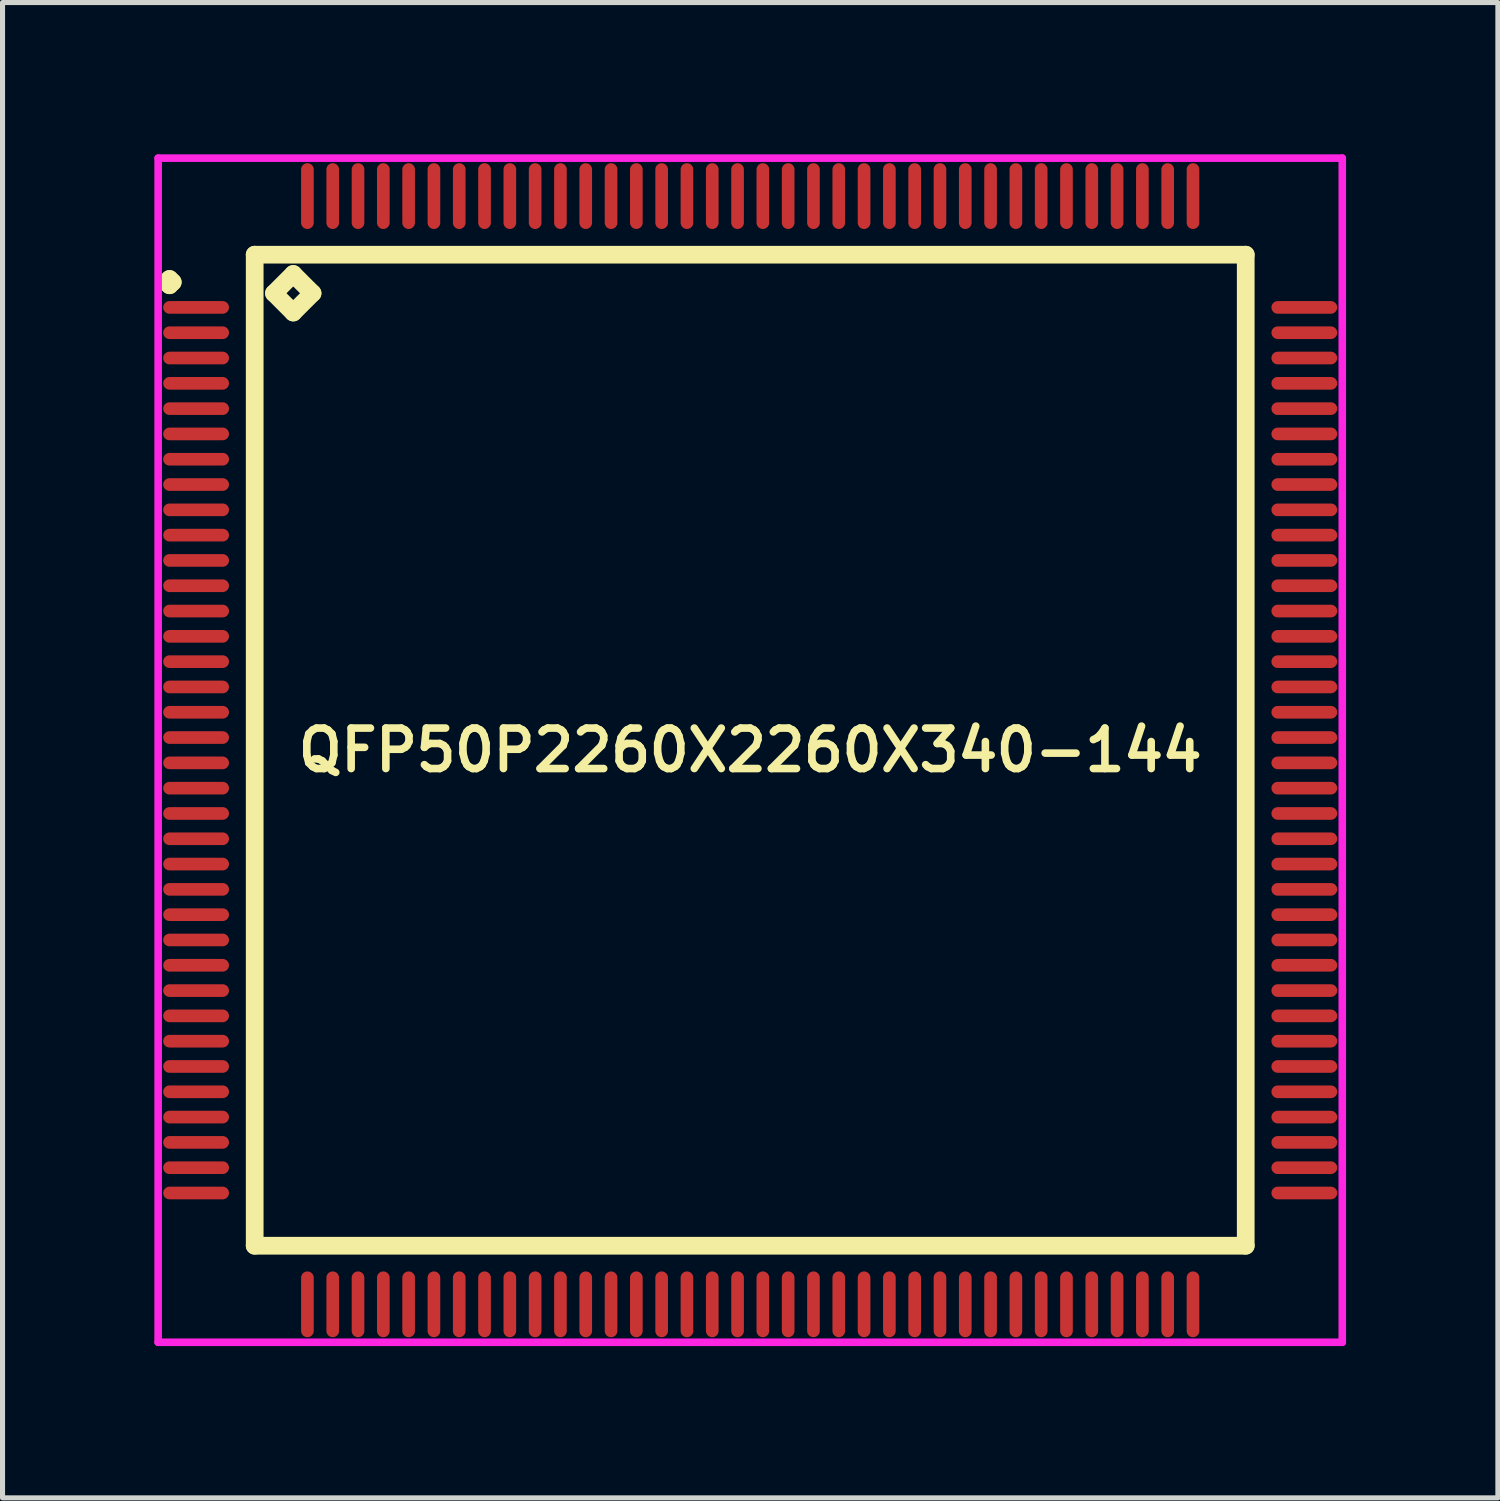
<source format=kicad_pcb>
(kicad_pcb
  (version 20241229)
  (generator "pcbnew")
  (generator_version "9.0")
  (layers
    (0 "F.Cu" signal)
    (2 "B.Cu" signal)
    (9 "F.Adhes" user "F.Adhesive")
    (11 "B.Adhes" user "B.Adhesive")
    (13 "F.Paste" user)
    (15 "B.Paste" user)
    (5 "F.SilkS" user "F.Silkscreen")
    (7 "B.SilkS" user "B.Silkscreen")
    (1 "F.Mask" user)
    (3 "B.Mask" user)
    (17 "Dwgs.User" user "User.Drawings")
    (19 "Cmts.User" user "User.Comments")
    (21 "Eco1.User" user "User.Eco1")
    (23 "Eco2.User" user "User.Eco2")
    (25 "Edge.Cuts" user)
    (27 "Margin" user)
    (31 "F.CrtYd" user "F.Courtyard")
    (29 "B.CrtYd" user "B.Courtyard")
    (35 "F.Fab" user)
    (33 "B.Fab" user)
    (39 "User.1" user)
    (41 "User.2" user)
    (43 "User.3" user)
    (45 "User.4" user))
  (footprint "QFP50P2260X2260X340-144"
    (layer "F.Cu")
    (at 11.775 11.775)
    (property "Reference" "QFP50P2260X2260X340-144" (at 0 0 0) (layer "F.SilkS") (effects (font (size 0.8 0.8) (thickness 0.15))))
    (attr smd)
    (fp_line (start -11.537 -9.25) (end -11.475 -9.312) (stroke (width 0.35) (type solid)) (layer "F.SilkS"))
    (fp_line (start -11.475 -9.312) (end -11.412 -9.25) (stroke (width 0.35) (type solid)) (layer "F.SilkS"))
    (fp_line (start -11.475 -9.188) (end -11.537 -9.25) (stroke (width 0.35) (type solid)) (layer "F.SilkS"))
    (fp_line (start -11.412 -9.25) (end -11.475 -9.188) (stroke (width 0.35) (type solid)) (layer "F.SilkS"))
    (fp_line (start -9.792 -9.792) (end -9.792 9.792) (stroke (width 0.35) (type solid)) (layer "F.SilkS"))
    (fp_line (start -9.792 9.792) (end 9.792 9.792) (stroke (width 0.35) (type solid)) (layer "F.SilkS"))
    (fp_line (start -9.411 -9.03) (end -9.03 -9.411) (stroke (width 0.35) (type solid)) (layer "F.SilkS"))
    (fp_line (start -9.03 -9.411) (end -8.649 -9.03) (stroke (width 0.35) (type solid)) (layer "F.SilkS"))
    (fp_line (start -9.03 -8.649) (end -9.411 -9.03) (stroke (width 0.35) (type solid)) (layer "F.SilkS"))
    (fp_line (start -8.649 -9.03) (end -9.03 -8.649) (stroke (width 0.35) (type solid)) (layer "F.SilkS"))
    (fp_line (start 9.792 -9.792) (end -9.792 -9.792) (stroke (width 0.35) (type solid)) (layer "F.SilkS"))
    (fp_line (start 9.792 9.792) (end 9.792 -9.792) (stroke (width 0.35) (type solid)) (layer "F.SilkS"))
    (fp_line (start -11.7 -11.7) (end 11.7 -11.7) (stroke (width 0.15) (type solid)) (layer "F.CrtYd"))
    (fp_line (start -11.7 11.7) (end -11.7 -11.7) (stroke (width 0.15) (type solid)) (layer "F.CrtYd"))
    (fp_line (start 11.7 -11.7) (end 11.7 11.7) (stroke (width 0.15) (type solid)) (layer "F.CrtYd"))
    (fp_line (start 11.7 11.7) (end -11.7 11.7) (stroke (width 0.15) (type solid)) (layer "F.CrtYd"))
    (pad "1" smd oval (at -10.95 -8.75) (size 1.3 0.25) (layers "F.Cu" "F.Mask" "F.Paste"))
    (pad "2" smd oval (at -10.95 -8.25) (size 1.3 0.25) (layers "F.Cu" "F.Mask" "F.Paste"))
    (pad "3" smd oval (at -10.95 -7.75) (size 1.3 0.25) (layers "F.Cu" "F.Mask" "F.Paste"))
    (pad "4" smd oval (at -10.95 -7.25) (size 1.3 0.25) (layers "F.Cu" "F.Mask" "F.Paste"))
    (pad "5" smd oval (at -10.95 -6.75) (size 1.3 0.25) (layers "F.Cu" "F.Mask" "F.Paste"))
    (pad "6" smd oval (at -10.95 -6.25) (size 1.3 0.25) (layers "F.Cu" "F.Mask" "F.Paste"))
    (pad "7" smd oval (at -10.95 -5.75) (size 1.3 0.25) (layers "F.Cu" "F.Mask" "F.Paste"))
    (pad "8" smd oval (at -10.95 -5.25) (size 1.3 0.25) (layers "F.Cu" "F.Mask" "F.Paste"))
    (pad "9" smd oval (at -10.95 -4.75) (size 1.3 0.25) (layers "F.Cu" "F.Mask" "F.Paste"))
    (pad "10" smd oval (at -10.95 -4.25) (size 1.3 0.25) (layers "F.Cu" "F.Mask" "F.Paste"))
    (pad "11" smd oval (at -10.95 -3.75) (size 1.3 0.25) (layers "F.Cu" "F.Mask" "F.Paste"))
    (pad "12" smd oval (at -10.95 -3.25) (size 1.3 0.25) (layers "F.Cu" "F.Mask" "F.Paste"))
    (pad "13" smd oval (at -10.95 -2.75) (size 1.3 0.25) (layers "F.Cu" "F.Mask" "F.Paste"))
    (pad "14" smd oval (at -10.95 -2.25) (size 1.3 0.25) (layers "F.Cu" "F.Mask" "F.Paste"))
    (pad "15" smd oval (at -10.95 -1.75) (size 1.3 0.25) (layers "F.Cu" "F.Mask" "F.Paste"))
    (pad "16" smd oval (at -10.95 -1.25) (size 1.3 0.25) (layers "F.Cu" "F.Mask" "F.Paste"))
    (pad "17" smd oval (at -10.95 -0.75) (size 1.3 0.25) (layers "F.Cu" "F.Mask" "F.Paste"))
    (pad "18" smd oval (at -10.95 -0.25) (size 1.3 0.25) (layers "F.Cu" "F.Mask" "F.Paste"))
    (pad "19" smd oval (at -10.95 0.25) (size 1.3 0.25) (layers "F.Cu" "F.Mask" "F.Paste"))
    (pad "20" smd oval (at -10.95 0.75) (size 1.3 0.25) (layers "F.Cu" "F.Mask" "F.Paste"))
    (pad "21" smd oval (at -10.95 1.25) (size 1.3 0.25) (layers "F.Cu" "F.Mask" "F.Paste"))
    (pad "22" smd oval (at -10.95 1.75) (size 1.3 0.25) (layers "F.Cu" "F.Mask" "F.Paste"))
    (pad "23" smd oval (at -10.95 2.25) (size 1.3 0.25) (layers "F.Cu" "F.Mask" "F.Paste"))
    (pad "24" smd oval (at -10.95 2.75) (size 1.3 0.25) (layers "F.Cu" "F.Mask" "F.Paste"))
    (pad "25" smd oval (at -10.95 3.25) (size 1.3 0.25) (layers "F.Cu" "F.Mask" "F.Paste"))
    (pad "26" smd oval (at -10.95 3.75) (size 1.3 0.25) (layers "F.Cu" "F.Mask" "F.Paste"))
    (pad "27" smd oval (at -10.95 4.25) (size 1.3 0.25) (layers "F.Cu" "F.Mask" "F.Paste"))
    (pad "28" smd oval (at -10.95 4.75) (size 1.3 0.25) (layers "F.Cu" "F.Mask" "F.Paste"))
    (pad "29" smd oval (at -10.95 5.25) (size 1.3 0.25) (layers "F.Cu" "F.Mask" "F.Paste"))
    (pad "30" smd oval (at -10.95 5.75) (size 1.3 0.25) (layers "F.Cu" "F.Mask" "F.Paste"))
    (pad "31" smd oval (at -10.95 6.25) (size 1.3 0.25) (layers "F.Cu" "F.Mask" "F.Paste"))
    (pad "32" smd oval (at -10.95 6.75) (size 1.3 0.25) (layers "F.Cu" "F.Mask" "F.Paste"))
    (pad "33" smd oval (at -10.95 7.25) (size 1.3 0.25) (layers "F.Cu" "F.Mask" "F.Paste"))
    (pad "34" smd oval (at -10.95 7.75) (size 1.3 0.25) (layers "F.Cu" "F.Mask" "F.Paste"))
    (pad "35" smd oval (at -10.95 8.25) (size 1.3 0.25) (layers "F.Cu" "F.Mask" "F.Paste"))
    (pad "36" smd oval (at -10.95 8.75) (size 1.3 0.25) (layers "F.Cu" "F.Mask" "F.Paste"))
    (pad "37" smd oval (at -8.75 10.95) (size 0.25 1.3) (layers "F.Cu" "F.Mask" "F.Paste"))
    (pad "38" smd oval (at -8.25 10.95) (size 0.25 1.3) (layers "F.Cu" "F.Mask" "F.Paste"))
    (pad "39" smd oval (at -7.75 10.95) (size 0.25 1.3) (layers "F.Cu" "F.Mask" "F.Paste"))
    (pad "40" smd oval (at -7.25 10.95) (size 0.25 1.3) (layers "F.Cu" "F.Mask" "F.Paste"))
    (pad "41" smd oval (at -6.75 10.95) (size 0.25 1.3) (layers "F.Cu" "F.Mask" "F.Paste"))
    (pad "42" smd oval (at -6.25 10.95) (size 0.25 1.3) (layers "F.Cu" "F.Mask" "F.Paste"))
    (pad "43" smd oval (at -5.75 10.95) (size 0.25 1.3) (layers "F.Cu" "F.Mask" "F.Paste"))
    (pad "44" smd oval (at -5.25 10.95) (size 0.25 1.3) (layers "F.Cu" "F.Mask" "F.Paste"))
    (pad "45" smd oval (at -4.75 10.95) (size 0.25 1.3) (layers "F.Cu" "F.Mask" "F.Paste"))
    (pad "46" smd oval (at -4.25 10.95) (size 0.25 1.3) (layers "F.Cu" "F.Mask" "F.Paste"))
    (pad "47" smd oval (at -3.75 10.95) (size 0.25 1.3) (layers "F.Cu" "F.Mask" "F.Paste"))
    (pad "48" smd oval (at -3.25 10.95) (size 0.25 1.3) (layers "F.Cu" "F.Mask" "F.Paste"))
    (pad "49" smd oval (at -2.75 10.95) (size 0.25 1.3) (layers "F.Cu" "F.Mask" "F.Paste"))
    (pad "50" smd oval (at -2.25 10.95) (size 0.25 1.3) (layers "F.Cu" "F.Mask" "F.Paste"))
    (pad "51" smd oval (at -1.75 10.95) (size 0.25 1.3) (layers "F.Cu" "F.Mask" "F.Paste"))
    (pad "52" smd oval (at -1.25 10.95) (size 0.25 1.3) (layers "F.Cu" "F.Mask" "F.Paste"))
    (pad "53" smd oval (at -0.75 10.95) (size 0.25 1.3) (layers "F.Cu" "F.Mask" "F.Paste"))
    (pad "54" smd oval (at -0.25 10.95) (size 0.25 1.3) (layers "F.Cu" "F.Mask" "F.Paste"))
    (pad "55" smd oval (at 0.25 10.95) (size 0.25 1.3) (layers "F.Cu" "F.Mask" "F.Paste"))
    (pad "56" smd oval (at 0.75 10.95) (size 0.25 1.3) (layers "F.Cu" "F.Mask" "F.Paste"))
    (pad "57" smd oval (at 1.25 10.95) (size 0.25 1.3) (layers "F.Cu" "F.Mask" "F.Paste"))
    (pad "58" smd oval (at 1.75 10.95) (size 0.25 1.3) (layers "F.Cu" "F.Mask" "F.Paste"))
    (pad "59" smd oval (at 2.25 10.95) (size 0.25 1.3) (layers "F.Cu" "F.Mask" "F.Paste"))
    (pad "60" smd oval (at 2.75 10.95) (size 0.25 1.3) (layers "F.Cu" "F.Mask" "F.Paste"))
    (pad "61" smd oval (at 3.25 10.95) (size 0.25 1.3) (layers "F.Cu" "F.Mask" "F.Paste"))
    (pad "62" smd oval (at 3.75 10.95) (size 0.25 1.3) (layers "F.Cu" "F.Mask" "F.Paste"))
    (pad "63" smd oval (at 4.25 10.95) (size 0.25 1.3) (layers "F.Cu" "F.Mask" "F.Paste"))
    (pad "64" smd oval (at 4.75 10.95) (size 0.25 1.3) (layers "F.Cu" "F.Mask" "F.Paste"))
    (pad "65" smd oval (at 5.25 10.95) (size 0.25 1.3) (layers "F.Cu" "F.Mask" "F.Paste"))
    (pad "66" smd oval (at 5.75 10.95) (size 0.25 1.3) (layers "F.Cu" "F.Mask" "F.Paste"))
    (pad "67" smd oval (at 6.25 10.95) (size 0.25 1.3) (layers "F.Cu" "F.Mask" "F.Paste"))
    (pad "68" smd oval (at 6.75 10.95) (size 0.25 1.3) (layers "F.Cu" "F.Mask" "F.Paste"))
    (pad "69" smd oval (at 7.25 10.95) (size 0.25 1.3) (layers "F.Cu" "F.Mask" "F.Paste"))
    (pad "70" smd oval (at 7.75 10.95) (size 0.25 1.3) (layers "F.Cu" "F.Mask" "F.Paste"))
    (pad "71" smd oval (at 8.25 10.95) (size 0.25 1.3) (layers "F.Cu" "F.Mask" "F.Paste"))
    (pad "72" smd oval (at 8.75 10.95) (size 0.25 1.3) (layers "F.Cu" "F.Mask" "F.Paste"))
    (pad "73" smd oval (at 10.95 8.75) (size 1.3 0.25) (layers "F.Cu" "F.Mask" "F.Paste"))
    (pad "74" smd oval (at 10.95 8.25) (size 1.3 0.25) (layers "F.Cu" "F.Mask" "F.Paste"))
    (pad "75" smd oval (at 10.95 7.75) (size 1.3 0.25) (layers "F.Cu" "F.Mask" "F.Paste"))
    (pad "76" smd oval (at 10.95 7.25) (size 1.3 0.25) (layers "F.Cu" "F.Mask" "F.Paste"))
    (pad "77" smd oval (at 10.95 6.75) (size 1.3 0.25) (layers "F.Cu" "F.Mask" "F.Paste"))
    (pad "78" smd oval (at 10.95 6.25) (size 1.3 0.25) (layers "F.Cu" "F.Mask" "F.Paste"))
    (pad "79" smd oval (at 10.95 5.75) (size 1.3 0.25) (layers "F.Cu" "F.Mask" "F.Paste"))
    (pad "80" smd oval (at 10.95 5.25) (size 1.3 0.25) (layers "F.Cu" "F.Mask" "F.Paste"))
    (pad "81" smd oval (at 10.95 4.75) (size 1.3 0.25) (layers "F.Cu" "F.Mask" "F.Paste"))
    (pad "82" smd oval (at 10.95 4.25) (size 1.3 0.25) (layers "F.Cu" "F.Mask" "F.Paste"))
    (pad "83" smd oval (at 10.95 3.75) (size 1.3 0.25) (layers "F.Cu" "F.Mask" "F.Paste"))
    (pad "84" smd oval (at 10.95 3.25) (size 1.3 0.25) (layers "F.Cu" "F.Mask" "F.Paste"))
    (pad "85" smd oval (at 10.95 2.75) (size 1.3 0.25) (layers "F.Cu" "F.Mask" "F.Paste"))
    (pad "86" smd oval (at 10.95 2.25) (size 1.3 0.25) (layers "F.Cu" "F.Mask" "F.Paste"))
    (pad "87" smd oval (at 10.95 1.75) (size 1.3 0.25) (layers "F.Cu" "F.Mask" "F.Paste"))
    (pad "88" smd oval (at 10.95 1.25) (size 1.3 0.25) (layers "F.Cu" "F.Mask" "F.Paste"))
    (pad "89" smd oval (at 10.95 0.75) (size 1.3 0.25) (layers "F.Cu" "F.Mask" "F.Paste"))
    (pad "90" smd oval (at 10.95 0.25) (size 1.3 0.25) (layers "F.Cu" "F.Mask" "F.Paste"))
    (pad "91" smd oval (at 10.95 -0.25) (size 1.3 0.25) (layers "F.Cu" "F.Mask" "F.Paste"))
    (pad "92" smd oval (at 10.95 -0.75) (size 1.3 0.25) (layers "F.Cu" "F.Mask" "F.Paste"))
    (pad "93" smd oval (at 10.95 -1.25) (size 1.3 0.25) (layers "F.Cu" "F.Mask" "F.Paste"))
    (pad "94" smd oval (at 10.95 -1.75) (size 1.3 0.25) (layers "F.Cu" "F.Mask" "F.Paste"))
    (pad "95" smd oval (at 10.95 -2.25) (size 1.3 0.25) (layers "F.Cu" "F.Mask" "F.Paste"))
    (pad "96" smd oval (at 10.95 -2.75) (size 1.3 0.25) (layers "F.Cu" "F.Mask" "F.Paste"))
    (pad "97" smd oval (at 10.95 -3.25) (size 1.3 0.25) (layers "F.Cu" "F.Mask" "F.Paste"))
    (pad "98" smd oval (at 10.95 -3.75) (size 1.3 0.25) (layers "F.Cu" "F.Mask" "F.Paste"))
    (pad "99" smd oval (at 10.95 -4.25) (size 1.3 0.25) (layers "F.Cu" "F.Mask" "F.Paste"))
    (pad "100" smd oval (at 10.95 -4.75) (size 1.3 0.25) (layers "F.Cu" "F.Mask" "F.Paste"))
    (pad "101" smd oval (at 10.95 -5.25) (size 1.3 0.25) (layers "F.Cu" "F.Mask" "F.Paste"))
    (pad "102" smd oval (at 10.95 -5.75) (size 1.3 0.25) (layers "F.Cu" "F.Mask" "F.Paste"))
    (pad "103" smd oval (at 10.95 -6.25) (size 1.3 0.25) (layers "F.Cu" "F.Mask" "F.Paste"))
    (pad "104" smd oval (at 10.95 -6.75) (size 1.3 0.25) (layers "F.Cu" "F.Mask" "F.Paste"))
    (pad "105" smd oval (at 10.95 -7.25) (size 1.3 0.25) (layers "F.Cu" "F.Mask" "F.Paste"))
    (pad "106" smd oval (at 10.95 -7.75) (size 1.3 0.25) (layers "F.Cu" "F.Mask" "F.Paste"))
    (pad "107" smd oval (at 10.95 -8.25) (size 1.3 0.25) (layers "F.Cu" "F.Mask" "F.Paste"))
    (pad "108" smd oval (at 10.95 -8.75) (size 1.3 0.25) (layers "F.Cu" "F.Mask" "F.Paste"))
    (pad "109" smd oval (at 8.75 -10.95) (size 0.25 1.3) (layers "F.Cu" "F.Mask" "F.Paste"))
    (pad "110" smd oval (at 8.25 -10.95) (size 0.25 1.3) (layers "F.Cu" "F.Mask" "F.Paste"))
    (pad "111" smd oval (at 7.75 -10.95) (size 0.25 1.3) (layers "F.Cu" "F.Mask" "F.Paste"))
    (pad "112" smd oval (at 7.25 -10.95) (size 0.25 1.3) (layers "F.Cu" "F.Mask" "F.Paste"))
    (pad "113" smd oval (at 6.75 -10.95) (size 0.25 1.3) (layers "F.Cu" "F.Mask" "F.Paste"))
    (pad "114" smd oval (at 6.25 -10.95) (size 0.25 1.3) (layers "F.Cu" "F.Mask" "F.Paste"))
    (pad "115" smd oval (at 5.75 -10.95) (size 0.25 1.3) (layers "F.Cu" "F.Mask" "F.Paste"))
    (pad "116" smd oval (at 5.25 -10.95) (size 0.25 1.3) (layers "F.Cu" "F.Mask" "F.Paste"))
    (pad "117" smd oval (at 4.75 -10.95) (size 0.25 1.3) (layers "F.Cu" "F.Mask" "F.Paste"))
    (pad "118" smd oval (at 4.25 -10.95) (size 0.25 1.3) (layers "F.Cu" "F.Mask" "F.Paste"))
    (pad "119" smd oval (at 3.75 -10.95) (size 0.25 1.3) (layers "F.Cu" "F.Mask" "F.Paste"))
    (pad "120" smd oval (at 3.25 -10.95) (size 0.25 1.3) (layers "F.Cu" "F.Mask" "F.Paste"))
    (pad "121" smd oval (at 2.75 -10.95) (size 0.25 1.3) (layers "F.Cu" "F.Mask" "F.Paste"))
    (pad "122" smd oval (at 2.25 -10.95) (size 0.25 1.3) (layers "F.Cu" "F.Mask" "F.Paste"))
    (pad "123" smd oval (at 1.75 -10.95) (size 0.25 1.3) (layers "F.Cu" "F.Mask" "F.Paste"))
    (pad "124" smd oval (at 1.25 -10.95) (size 0.25 1.3) (layers "F.Cu" "F.Mask" "F.Paste"))
    (pad "125" smd oval (at 0.75 -10.95) (size 0.25 1.3) (layers "F.Cu" "F.Mask" "F.Paste"))
    (pad "126" smd oval (at 0.25 -10.95) (size 0.25 1.3) (layers "F.Cu" "F.Mask" "F.Paste"))
    (pad "127" smd oval (at -0.25 -10.95) (size 0.25 1.3) (layers "F.Cu" "F.Mask" "F.Paste"))
    (pad "128" smd oval (at -0.75 -10.95) (size 0.25 1.3) (layers "F.Cu" "F.Mask" "F.Paste"))
    (pad "129" smd oval (at -1.25 -10.95) (size 0.25 1.3) (layers "F.Cu" "F.Mask" "F.Paste"))
    (pad "130" smd oval (at -1.75 -10.95) (size 0.25 1.3) (layers "F.Cu" "F.Mask" "F.Paste"))
    (pad "131" smd oval (at -2.25 -10.95) (size 0.25 1.3) (layers "F.Cu" "F.Mask" "F.Paste"))
    (pad "132" smd oval (at -2.75 -10.95) (size 0.25 1.3) (layers "F.Cu" "F.Mask" "F.Paste"))
    (pad "133" smd oval (at -3.25 -10.95) (size 0.25 1.3) (layers "F.Cu" "F.Mask" "F.Paste"))
    (pad "134" smd oval (at -3.75 -10.95) (size 0.25 1.3) (layers "F.Cu" "F.Mask" "F.Paste"))
    (pad "135" smd oval (at -4.25 -10.95) (size 0.25 1.3) (layers "F.Cu" "F.Mask" "F.Paste"))
    (pad "136" smd oval (at -4.75 -10.95) (size 0.25 1.3) (layers "F.Cu" "F.Mask" "F.Paste"))
    (pad "137" smd oval (at -5.25 -10.95) (size 0.25 1.3) (layers "F.Cu" "F.Mask" "F.Paste"))
    (pad "138" smd oval (at -5.75 -10.95) (size 0.25 1.3) (layers "F.Cu" "F.Mask" "F.Paste"))
    (pad "139" smd oval (at -6.25 -10.95) (size 0.25 1.3) (layers "F.Cu" "F.Mask" "F.Paste"))
    (pad "140" smd oval (at -6.75 -10.95) (size 0.25 1.3) (layers "F.Cu" "F.Mask" "F.Paste"))
    (pad "141" smd oval (at -7.25 -10.95) (size 0.25 1.3) (layers "F.Cu" "F.Mask" "F.Paste"))
    (pad "142" smd oval (at -7.75 -10.95) (size 0.25 1.3) (layers "F.Cu" "F.Mask" "F.Paste"))
    (pad "143" smd oval (at -8.25 -10.95) (size 0.25 1.3) (layers "F.Cu" "F.Mask" "F.Paste"))
    (pad "144" smd oval (at -8.75 -10.95) (size 0.25 1.3) (layers "F.Cu" "F.Mask" "F.Paste")))
  (gr_rect
    (start -3 -3)
    (end 26.55 26.55)
    (stroke (width 0.1) (type default))
    (fill no)
    (layer "Edge.Cuts")))
</source>
